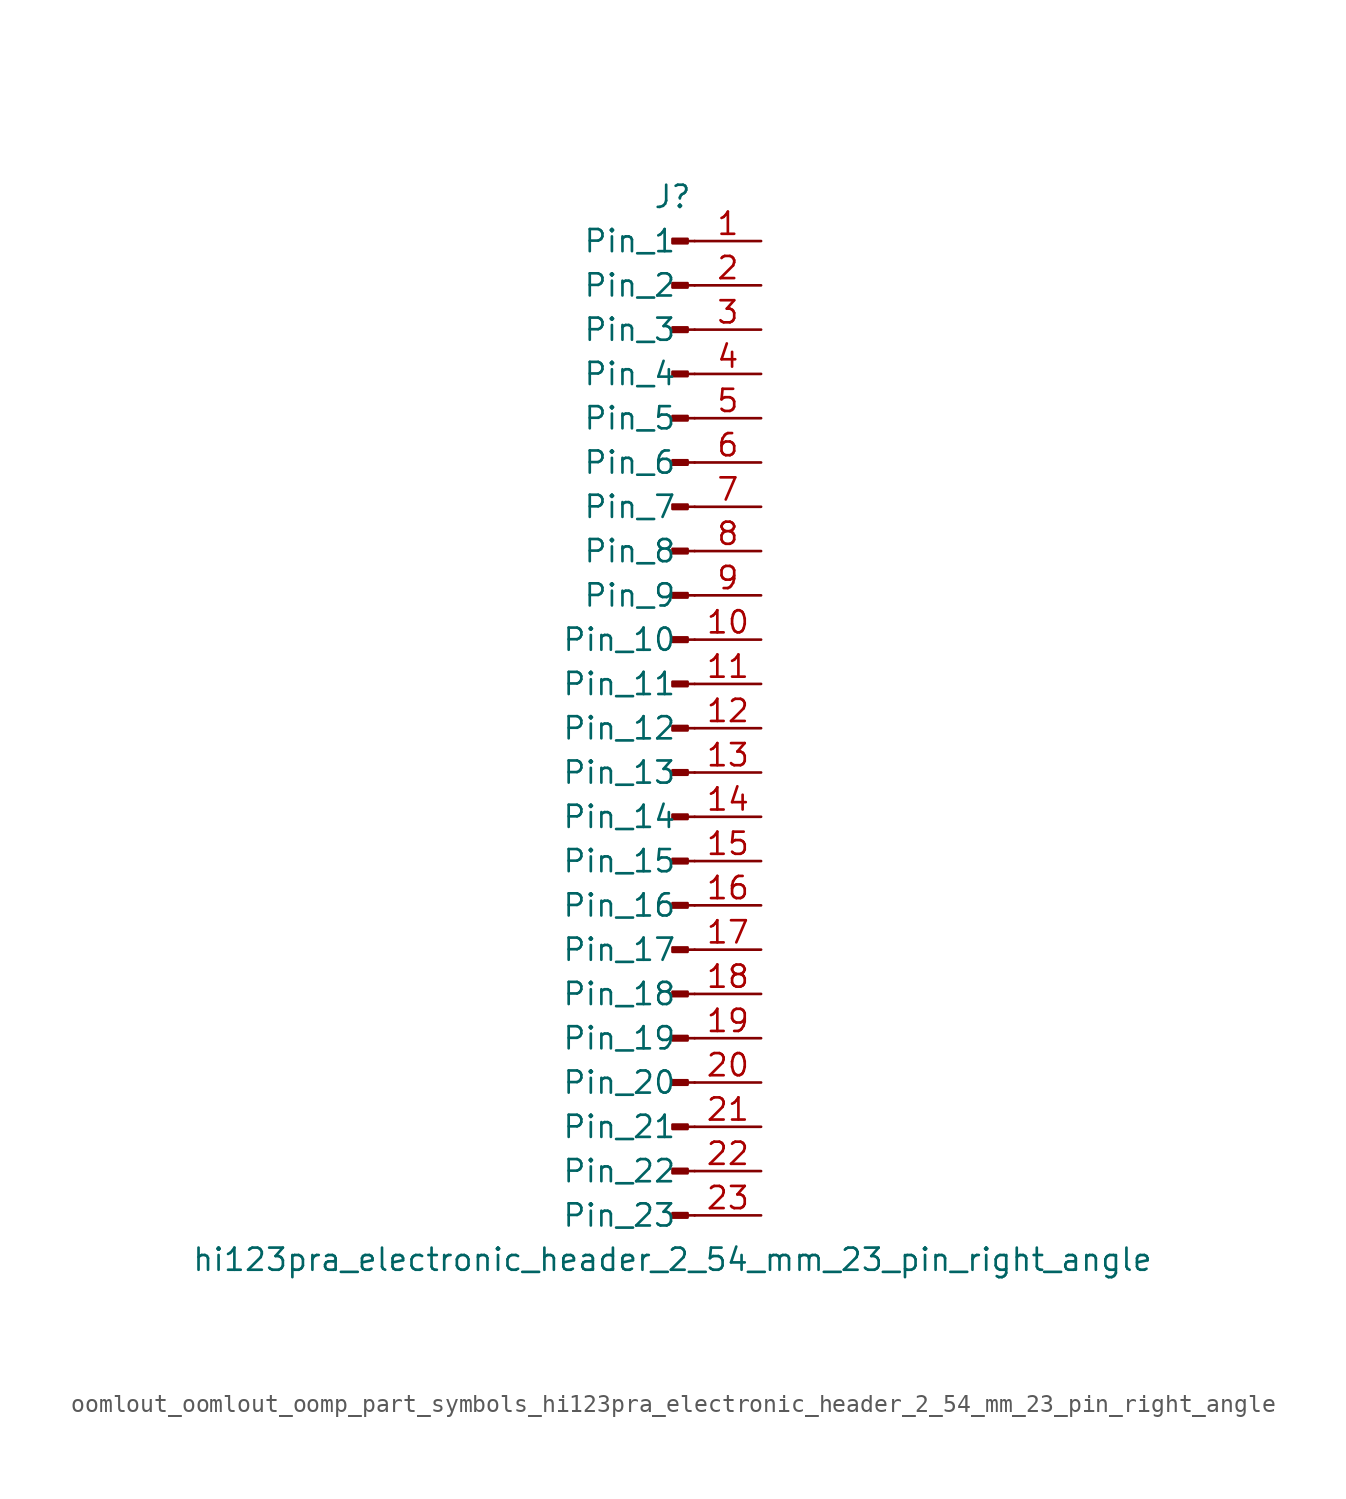
<source format=kicad_sym>
(kicad_symbol_lib
  (version 20220914)
  (generator kicad_symbol_editor)
  (symbol "oomlout_oomlout_oomp_part_symbols_hi123pra_electronic_header_2_54_mm_23_pin_right_angle"
    (pin_names
      (offset 1.016))
    (property "Reference" "J"
      (at 0 30.48 0)
      (effects (font (size 1.27 1.27))))
    (property "Value" "hi123pra_electronic_header_2_54_mm_23_pin_right_angle"
      (at 0 -30.48 0)
      (effects (font (size 1.27 1.27))))
    (property "ki_locked" ""
      (at 0 0 0)
      (effects (font (size 1.27 1.27))))
    (symbol "oomlout_oomlout_oomp_part_symbols_hi123pra_electronic_header_2_54_mm_23_pin_right_angle_1_1"
      (polyline (pts (xy 1.27 -27.94) (xy 0.864 -27.94)) (stroke (width 0.152) (type default)) (fill (type none)))
      (polyline (pts (xy 1.27 -25.4) (xy 0.864 -25.4)) (stroke (width 0.152) (type default)) (fill (type none)))
      (polyline (pts (xy 1.27 -22.86) (xy 0.864 -22.86)) (stroke (width 0.152) (type default)) (fill (type none)))
      (polyline (pts (xy 1.27 -20.32) (xy 0.864 -20.32)) (stroke (width 0.152) (type default)) (fill (type none)))
      (polyline (pts (xy 1.27 -17.78) (xy 0.864 -17.78)) (stroke (width 0.152) (type default)) (fill (type none)))
      (polyline (pts (xy 1.27 -15.24) (xy 0.864 -15.24)) (stroke (width 0.152) (type default)) (fill (type none)))
      (polyline (pts (xy 1.27 -12.7) (xy 0.864 -12.7)) (stroke (width 0.152) (type default)) (fill (type none)))
      (polyline (pts (xy 1.27 -10.16) (xy 0.864 -10.16)) (stroke (width 0.152) (type default)) (fill (type none)))
      (polyline (pts (xy 1.27 -7.62) (xy 0.864 -7.62)) (stroke (width 0.152) (type default)) (fill (type none)))
      (polyline (pts (xy 1.27 -5.08) (xy 0.864 -5.08)) (stroke (width 0.152) (type default)) (fill (type none)))
      (polyline (pts (xy 1.27 -2.54) (xy 0.864 -2.54)) (stroke (width 0.152) (type default)) (fill (type none)))
      (polyline (pts (xy 1.27 0) (xy 0.864 0)) (stroke (width 0.152) (type default)) (fill (type none)))
      (polyline (pts (xy 1.27 2.54) (xy 0.864 2.54)) (stroke (width 0.152) (type default)) (fill (type none)))
      (polyline (pts (xy 1.27 5.08) (xy 0.864 5.08)) (stroke (width 0.152) (type default)) (fill (type none)))
      (polyline (pts (xy 1.27 7.62) (xy 0.864 7.62)) (stroke (width 0.152) (type default)) (fill (type none)))
      (polyline (pts (xy 1.27 10.16) (xy 0.864 10.16)) (stroke (width 0.152) (type default)) (fill (type none)))
      (polyline (pts (xy 1.27 12.7) (xy 0.864 12.7)) (stroke (width 0.152) (type default)) (fill (type none)))
      (polyline (pts (xy 1.27 15.24) (xy 0.864 15.24)) (stroke (width 0.152) (type default)) (fill (type none)))
      (polyline (pts (xy 1.27 17.78) (xy 0.864 17.78)) (stroke (width 0.152) (type default)) (fill (type none)))
      (polyline (pts (xy 1.27 20.32) (xy 0.864 20.32)) (stroke (width 0.152) (type default)) (fill (type none)))
      (polyline (pts (xy 1.27 22.86) (xy 0.864 22.86)) (stroke (width 0.152) (type default)) (fill (type none)))
      (polyline (pts (xy 1.27 25.4) (xy 0.864 25.4)) (stroke (width 0.152) (type default)) (fill (type none)))
      (polyline (pts (xy 1.27 27.94) (xy 0.864 27.94)) (stroke (width 0.152) (type default)) (fill (type none)))
      (rectangle (start 0.864 -27.813) (end 0 -28.067) (stroke (width 0.152) (type default)) (fill (type outline)))
      (rectangle (start 0.864 -25.273) (end 0 -25.527) (stroke (width 0.152) (type default)) (fill (type outline)))
      (rectangle (start 0.864 -22.733) (end 0 -22.987) (stroke (width 0.152) (type default)) (fill (type outline)))
      (rectangle (start 0.864 -20.193) (end 0 -20.447) (stroke (width 0.152) (type default)) (fill (type outline)))
      (rectangle (start 0.864 -17.653) (end 0 -17.907) (stroke (width 0.152) (type default)) (fill (type outline)))
      (rectangle (start 0.864 -15.113) (end 0 -15.367) (stroke (width 0.152) (type default)) (fill (type outline)))
      (rectangle (start 0.864 -12.573) (end 0 -12.827) (stroke (width 0.152) (type default)) (fill (type outline)))
      (rectangle (start 0.864 -10.033) (end 0 -10.287) (stroke (width 0.152) (type default)) (fill (type outline)))
      (rectangle (start 0.864 -7.493) (end 0 -7.747) (stroke (width 0.152) (type default)) (fill (type outline)))
      (rectangle (start 0.864 -4.953) (end 0 -5.207) (stroke (width 0.152) (type default)) (fill (type outline)))
      (rectangle (start 0.864 -2.413) (end 0 -2.667) (stroke (width 0.152) (type default)) (fill (type outline)))
      (rectangle (start 0.864 0.127) (end 0 -0.127) (stroke (width 0.152) (type default)) (fill (type outline)))
      (rectangle (start 0.864 2.667) (end 0 2.413) (stroke (width 0.152) (type default)) (fill (type outline)))
      (rectangle (start 0.864 5.207) (end 0 4.953) (stroke (width 0.152) (type default)) (fill (type outline)))
      (rectangle (start 0.864 7.747) (end 0 7.493) (stroke (width 0.152) (type default)) (fill (type outline)))
      (rectangle (start 0.864 10.287) (end 0 10.033) (stroke (width 0.152) (type default)) (fill (type outline)))
      (rectangle (start 0.864 12.827) (end 0 12.573) (stroke (width 0.152) (type default)) (fill (type outline)))
      (rectangle (start 0.864 15.367) (end 0 15.113) (stroke (width 0.152) (type default)) (fill (type outline)))
      (rectangle (start 0.864 17.907) (end 0 17.653) (stroke (width 0.152) (type default)) (fill (type outline)))
      (rectangle (start 0.864 20.447) (end 0 20.193) (stroke (width 0.152) (type default)) (fill (type outline)))
      (rectangle (start 0.864 22.987) (end 0 22.733) (stroke (width 0.152) (type default)) (fill (type outline)))
      (rectangle (start 0.864 25.527) (end 0 25.273) (stroke (width 0.152) (type default)) (fill (type outline)))
      (rectangle (start 0.864 28.067) (end 0 27.813) (stroke (width 0.152) (type default)) (fill (type outline)))
      (pin passive line (at 5.08 27.94 180) (length 3.81) (name "Pin_1" (effects (font (size 1.27 1.27)))) (number "1" (effects (font (size 1.27 1.27)))))
      (pin passive line (at 5.08 5.08 180) (length 3.81) (name "Pin_10" (effects (font (size 1.27 1.27)))) (number "10" (effects (font (size 1.27 1.27)))))
      (pin passive line (at 5.08 2.54 180) (length 3.81) (name "Pin_11" (effects (font (size 1.27 1.27)))) (number "11" (effects (font (size 1.27 1.27)))))
      (pin passive line (at 5.08 0 180) (length 3.81) (name "Pin_12" (effects (font (size 1.27 1.27)))) (number "12" (effects (font (size 1.27 1.27)))))
      (pin passive line (at 5.08 -2.54 180) (length 3.81) (name "Pin_13" (effects (font (size 1.27 1.27)))) (number "13" (effects (font (size 1.27 1.27)))))
      (pin passive line (at 5.08 -5.08 180) (length 3.81) (name "Pin_14" (effects (font (size 1.27 1.27)))) (number "14" (effects (font (size 1.27 1.27)))))
      (pin passive line (at 5.08 -7.62 180) (length 3.81) (name "Pin_15" (effects (font (size 1.27 1.27)))) (number "15" (effects (font (size 1.27 1.27)))))
      (pin passive line (at 5.08 -10.16 180) (length 3.81) (name "Pin_16" (effects (font (size 1.27 1.27)))) (number "16" (effects (font (size 1.27 1.27)))))
      (pin passive line (at 5.08 -12.7 180) (length 3.81) (name "Pin_17" (effects (font (size 1.27 1.27)))) (number "17" (effects (font (size 1.27 1.27)))))
      (pin passive line (at 5.08 -15.24 180) (length 3.81) (name "Pin_18" (effects (font (size 1.27 1.27)))) (number "18" (effects (font (size 1.27 1.27)))))
      (pin passive line (at 5.08 -17.78 180) (length 3.81) (name "Pin_19" (effects (font (size 1.27 1.27)))) (number "19" (effects (font (size 1.27 1.27)))))
      (pin passive line (at 5.08 25.4 180) (length 3.81) (name "Pin_2" (effects (font (size 1.27 1.27)))) (number "2" (effects (font (size 1.27 1.27)))))
      (pin passive line (at 5.08 -20.32 180) (length 3.81) (name "Pin_20" (effects (font (size 1.27 1.27)))) (number "20" (effects (font (size 1.27 1.27)))))
      (pin passive line (at 5.08 -22.86 180) (length 3.81) (name "Pin_21" (effects (font (size 1.27 1.27)))) (number "21" (effects (font (size 1.27 1.27)))))
      (pin passive line (at 5.08 -25.4 180) (length 3.81) (name "Pin_22" (effects (font (size 1.27 1.27)))) (number "22" (effects (font (size 1.27 1.27)))))
      (pin passive line (at 5.08 -27.94 180) (length 3.81) (name "Pin_23" (effects (font (size 1.27 1.27)))) (number "23" (effects (font (size 1.27 1.27)))))
      (pin passive line (at 5.08 22.86 180) (length 3.81) (name "Pin_3" (effects (font (size 1.27 1.27)))) (number "3" (effects (font (size 1.27 1.27)))))
      (pin passive line (at 5.08 20.32 180) (length 3.81) (name "Pin_4" (effects (font (size 1.27 1.27)))) (number "4" (effects (font (size 1.27 1.27)))))
      (pin passive line (at 5.08 17.78 180) (length 3.81) (name "Pin_5" (effects (font (size 1.27 1.27)))) (number "5" (effects (font (size 1.27 1.27)))))
      (pin passive line (at 5.08 15.24 180) (length 3.81) (name "Pin_6" (effects (font (size 1.27 1.27)))) (number "6" (effects (font (size 1.27 1.27)))))
      (pin passive line (at 5.08 12.7 180) (length 3.81) (name "Pin_7" (effects (font (size 1.27 1.27)))) (number "7" (effects (font (size 1.27 1.27)))))
      (pin passive line (at 5.08 10.16 180) (length 3.81) (name "Pin_8" (effects (font (size 1.27 1.27)))) (number "8" (effects (font (size 1.27 1.27)))))
      (pin passive line (at 5.08 7.62 180) (length 3.81) (name "Pin_9" (effects (font (size 1.27 1.27)))) (number "9" (effects (font (size 1.27 1.27))))))))
</source>
